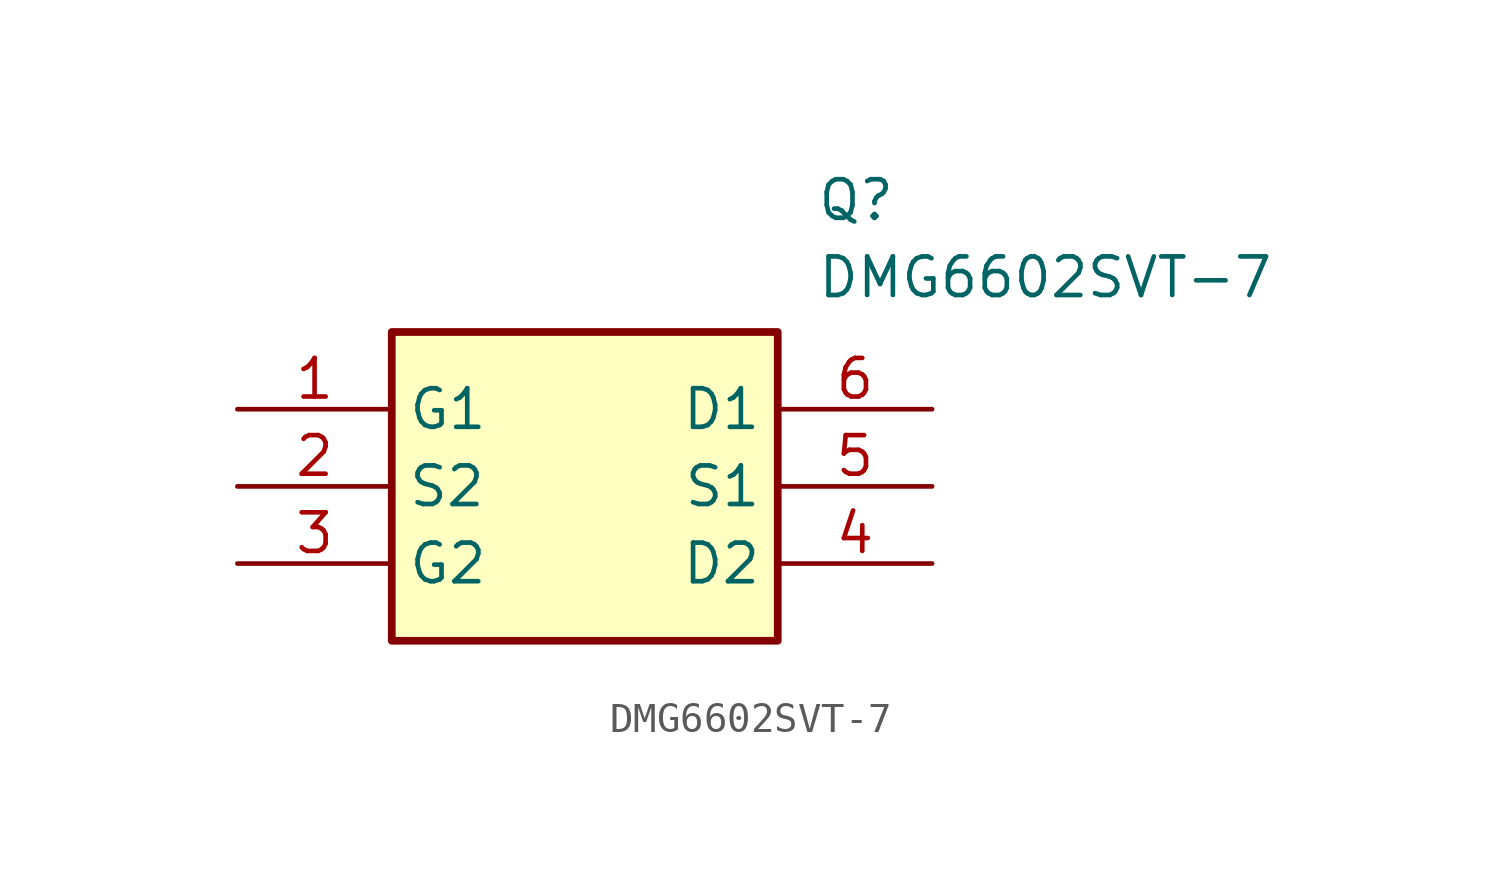
<source format=kicad_sym>
(kicad_symbol_lib
  (version 20211014)
  (generator SamacSys_ECAD_Model)
  (symbol "DMG6602SVT-7"
    (property "Reference" "Q"
      (at 19.05 7.62 0)
      (effects (font (size 1.27 1.27)) (justify left top)))
    (property "Value" "DMG6602SVT-7"
      (at 19.05 5.08 0)
      (effects (font (size 1.27 1.27)) (justify left top)))
    (rectangle
      (start 5.08 2.54)
      (end 17.78 -7.62)
      (stroke (width 0.254) (type default))
      (fill (type background)))
    (pin passive line
      (at 0 0 0)
      (length 5.08)
      (name "G1" (effects (font (size 1.27 1.27))))
      (number "1" (effects (font (size 1.27 1.27)))))
    (pin passive line
      (at 0 -2.54 0)
      (length 5.08)
      (name "S2" (effects (font (size 1.27 1.27))))
      (number "2" (effects (font (size 1.27 1.27)))))
    (pin passive line
      (at 0 -5.08 0)
      (length 5.08)
      (name "G2" (effects (font (size 1.27 1.27))))
      (number "3" (effects (font (size 1.27 1.27)))))
    (pin passive line
      (at 22.86 0 180)
      (length 5.08)
      (name "D1" (effects (font (size 1.27 1.27))))
      (number "6" (effects (font (size 1.27 1.27)))))
    (pin passive line
      (at 22.86 -2.54 180)
      (length 5.08)
      (name "S1" (effects (font (size 1.27 1.27))))
      (number "5" (effects (font (size 1.27 1.27)))))
    (pin passive line
      (at 22.86 -5.08 180)
      (length 5.08)
      (name "D2" (effects (font (size 1.27 1.27))))
      (number "4" (effects (font (size 1.27 1.27)))))))
</source>
